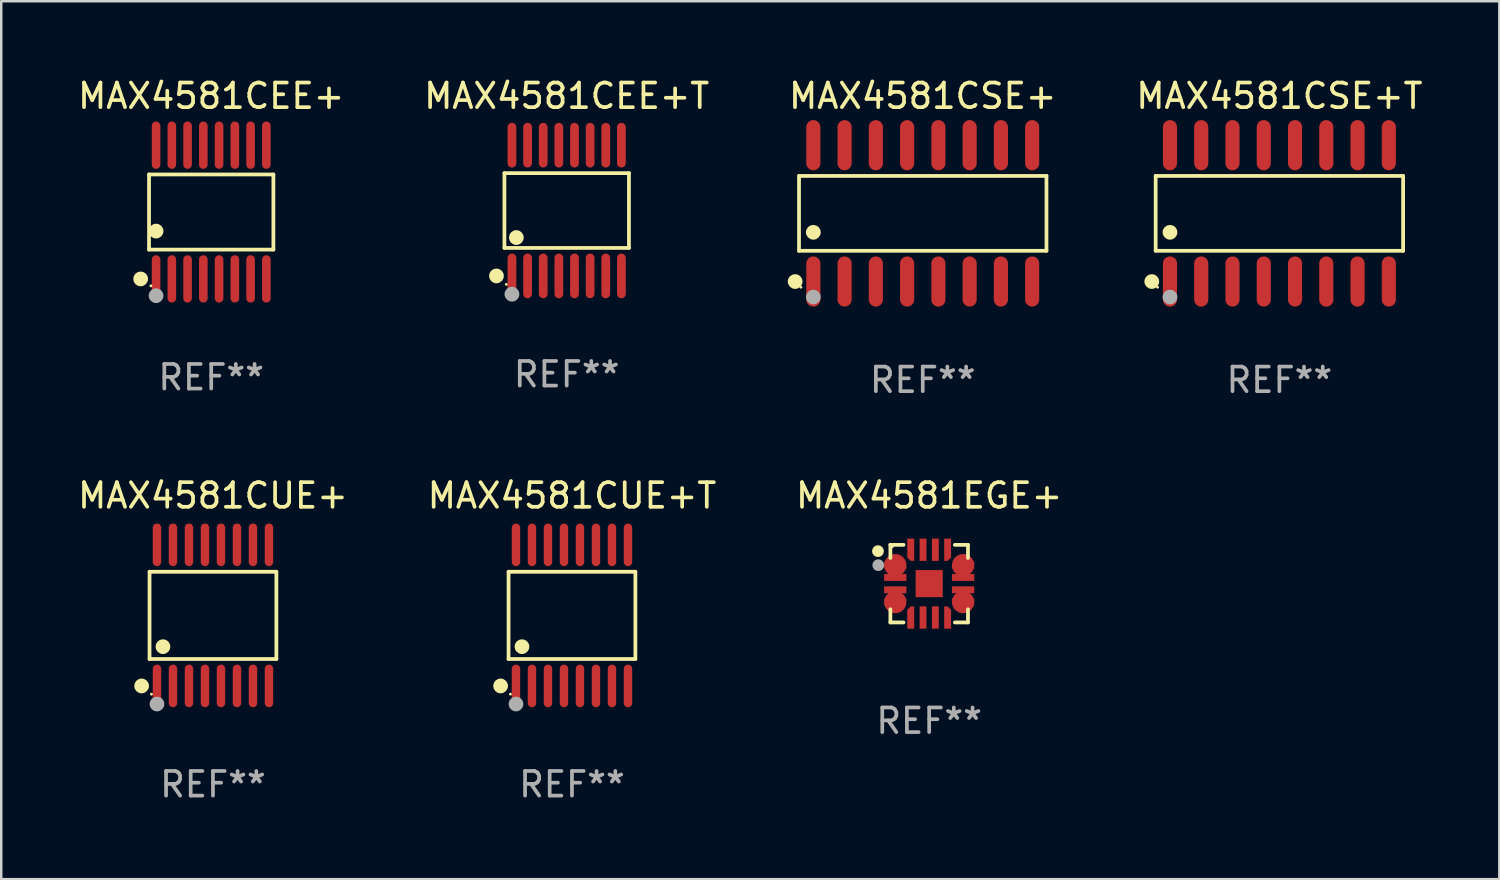
<source format=kicad_pcb>
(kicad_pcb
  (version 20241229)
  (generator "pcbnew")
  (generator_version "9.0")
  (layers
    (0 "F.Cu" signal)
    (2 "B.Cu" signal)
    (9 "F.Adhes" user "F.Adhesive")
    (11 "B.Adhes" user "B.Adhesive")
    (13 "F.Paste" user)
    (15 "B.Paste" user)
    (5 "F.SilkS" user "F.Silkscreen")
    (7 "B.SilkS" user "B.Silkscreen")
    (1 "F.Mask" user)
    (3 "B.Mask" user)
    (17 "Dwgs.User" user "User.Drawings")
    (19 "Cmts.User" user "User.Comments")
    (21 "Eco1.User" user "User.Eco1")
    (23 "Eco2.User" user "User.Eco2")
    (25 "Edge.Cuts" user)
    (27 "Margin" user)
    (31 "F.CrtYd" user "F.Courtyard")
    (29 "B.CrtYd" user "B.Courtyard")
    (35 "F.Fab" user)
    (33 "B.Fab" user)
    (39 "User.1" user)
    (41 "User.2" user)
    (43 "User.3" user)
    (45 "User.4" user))
  (footprint "MAX4581CSE+"
    (layer "F.Cu")
    (at 34.435 5.617)
    (property "Reference" "MAX4581CSE+" (at 0 -4.769 0) (layer "F.SilkS") (effects (font (size 1 1) (thickness 0.15))))
    (attr through_hole)
    (fp_line (start -5.026 -1.521) (end 5.026 -1.521) (stroke (width 0.152) (type solid)) (layer "F.SilkS"))
    (fp_line (start -5.026 1.521) (end -5.026 -1.521) (stroke (width 0.152) (type solid)) (layer "F.SilkS"))
    (fp_line (start 5.026 -1.521) (end 5.026 1.521) (stroke (width 0.152) (type solid)) (layer "F.SilkS"))
    (fp_line (start 5.026 1.521) (end -5.026 1.521) (stroke (width 0.152) (type solid)) (layer "F.SilkS"))
    (fp_circle (center -5.184 2.769) (end -5.034 2.769) (stroke (width 0.3) (type solid)) (fill no) (layer "F.SilkS"))
    (fp_circle (center -4.95 3) (end -4.92 3) (stroke (width 0.06) (type solid)) (fill no) (layer "F.SilkS"))
    (fp_circle (center -4.445 0.769) (end -4.295 0.769) (stroke (width 0.3) (type solid)) (fill no) (layer "F.SilkS"))
    (fp_circle (center -4.445 3.4) (end -4.295 3.4) (stroke (width 0.3) (type solid)) (fill no) (layer "F.Fab"))
    (fp_text user "REF**" (at 0 6.769 0) (layer "F.Fab") (effects (font (size 1 1) (thickness 0.15))))
    (pad "1" smd oval (at -4.445 2.769) (size 0.574 2.038) (layers "F.Cu" "F.Mask" "F.Paste"))
    (pad "2" smd oval (at -3.175 2.769) (size 0.574 2.038) (layers "F.Cu" "F.Mask" "F.Paste"))
    (pad "3" smd oval (at -1.905 2.769) (size 0.574 2.038) (layers "F.Cu" "F.Mask" "F.Paste"))
    (pad "4" smd oval (at -0.635 2.769) (size 0.574 2.038) (layers "F.Cu" "F.Mask" "F.Paste"))
    (pad "5" smd oval (at 0.635 2.769) (size 0.574 2.038) (layers "F.Cu" "F.Mask" "F.Paste"))
    (pad "6" smd oval (at 1.905 2.769) (size 0.574 2.038) (layers "F.Cu" "F.Mask" "F.Paste"))
    (pad "7" smd oval (at 3.175 2.769) (size 0.574 2.038) (layers "F.Cu" "F.Mask" "F.Paste"))
    (pad "8" smd oval (at 4.445 2.769) (size 0.574 2.038) (layers "F.Cu" "F.Mask" "F.Paste"))
    (pad "9" smd oval (at 4.445 -2.769) (size 0.574 2.038) (layers "F.Cu" "F.Mask" "F.Paste"))
    (pad "10" smd oval (at 3.175 -2.769) (size 0.574 2.038) (layers "F.Cu" "F.Mask" "F.Paste"))
    (pad "11" smd oval (at 1.905 -2.769) (size 0.574 2.038) (layers "F.Cu" "F.Mask" "F.Paste"))
    (pad "12" smd oval (at 0.635 -2.769) (size 0.574 2.038) (layers "F.Cu" "F.Mask" "F.Paste"))
    (pad "13" smd oval (at -0.635 -2.769) (size 0.574 2.038) (layers "F.Cu" "F.Mask" "F.Paste"))
    (pad "14" smd oval (at -1.905 -2.769) (size 0.574 2.038) (layers "F.Cu" "F.Mask" "F.Paste"))
    (pad "15" smd oval (at -3.175 -2.769) (size 0.574 2.038) (layers "F.Cu" "F.Mask" "F.Paste"))
    (pad "16" smd oval (at -4.445 -2.769) (size 0.574 2.038) (layers "F.Cu" "F.Mask" "F.Paste")))
  (footprint "MAX4581CEE+"
    (layer "F.Cu")
    (at 5.53 5.564)
    (property "Reference" "MAX4581CEE+" (at 0 -4.716 0) (layer "F.SilkS") (effects (font (size 1 1) (thickness 0.15))))
    (attr through_hole)
    (fp_line (start -2.526 -1.526) (end 2.526 -1.526) (stroke (width 0.152) (type solid)) (layer "F.SilkS"))
    (fp_line (start -2.526 1.526) (end -2.526 -1.526) (stroke (width 0.152) (type solid)) (layer "F.SilkS"))
    (fp_line (start 2.526 -1.526) (end 2.526 1.526) (stroke (width 0.152) (type solid)) (layer "F.SilkS"))
    (fp_line (start 2.526 1.526) (end -2.526 1.526) (stroke (width 0.152) (type solid)) (layer "F.SilkS"))
    (fp_circle (center -2.867 2.716) (end -2.717 2.716) (stroke (width 0.3) (type solid)) (fill no) (layer "F.SilkS"))
    (fp_circle (center -2.45 2.997) (end -2.42 2.997) (stroke (width 0.06) (type solid)) (fill no) (layer "F.SilkS"))
    (fp_circle (center -2.24 0.774) (end -2.09 0.774) (stroke (width 0.3) (type solid)) (fill no) (layer "F.SilkS"))
    (fp_circle (center -2.24 3.398) (end -2.09 3.398) (stroke (width 0.3) (type solid)) (fill no) (layer "F.Fab"))
    (fp_text user "REF**" (at 0 6.716 0) (layer "F.Fab") (effects (font (size 1 1) (thickness 0.15))))
    (pad "1" smd oval (at -2.24 2.716) (size 0.35 1.922) (layers "F.Cu" "F.Mask" "F.Paste"))
    (pad "2" smd oval (at -1.6 2.716) (size 0.35 1.922) (layers "F.Cu" "F.Mask" "F.Paste"))
    (pad "3" smd oval (at -0.96 2.716) (size 0.35 1.922) (layers "F.Cu" "F.Mask" "F.Paste"))
    (pad "4" smd oval (at -0.32 2.716) (size 0.35 1.922) (layers "F.Cu" "F.Mask" "F.Paste"))
    (pad "5" smd oval (at 0.32 2.716) (size 0.35 1.922) (layers "F.Cu" "F.Mask" "F.Paste"))
    (pad "6" smd oval (at 0.96 2.716) (size 0.35 1.922) (layers "F.Cu" "F.Mask" "F.Paste"))
    (pad "7" smd oval (at 1.6 2.716) (size 0.35 1.922) (layers "F.Cu" "F.Mask" "F.Paste"))
    (pad "8" smd oval (at 2.24 2.716) (size 0.35 1.922) (layers "F.Cu" "F.Mask" "F.Paste"))
    (pad "9" smd oval (at 2.24 -2.716) (size 0.35 1.922) (layers "F.Cu" "F.Mask" "F.Paste"))
    (pad "10" smd oval (at 1.6 -2.716) (size 0.35 1.922) (layers "F.Cu" "F.Mask" "F.Paste"))
    (pad "11" smd oval (at 0.96 -2.716) (size 0.35 1.922) (layers "F.Cu" "F.Mask" "F.Paste"))
    (pad "12" smd oval (at 0.32 -2.716) (size 0.35 1.922) (layers "F.Cu" "F.Mask" "F.Paste"))
    (pad "13" smd oval (at -0.32 -2.716) (size 0.35 1.922) (layers "F.Cu" "F.Mask" "F.Paste"))
    (pad "14" smd oval (at -0.96 -2.716) (size 0.35 1.922) (layers "F.Cu" "F.Mask" "F.Paste"))
    (pad "15" smd oval (at -1.6 -2.716) (size 0.35 1.922) (layers "F.Cu" "F.Mask" "F.Paste"))
    (pad "16" smd oval (at -2.24 -2.716) (size 0.35 1.922) (layers "F.Cu" "F.Mask" "F.Paste")))
  (footprint "MAX4581CUE+"
    (layer "F.Cu")
    (at 5.601 21.949)
    (property "Reference" "MAX4581CUE+" (at 0 -4.866 0) (layer "F.SilkS") (effects (font (size 1 1) (thickness 0.15))))
    (attr through_hole)
    (fp_line (start -2.576 -1.772) (end 2.576 -1.772) (stroke (width 0.152) (type solid)) (layer "F.SilkS"))
    (fp_line (start -2.576 1.771) (end -2.576 -1.772) (stroke (width 0.152) (type solid)) (layer "F.SilkS"))
    (fp_line (start 2.576 -1.772) (end 2.576 1.771) (stroke (width 0.152) (type solid)) (layer "F.SilkS"))
    (fp_line (start 2.576 1.771) (end -2.576 1.771) (stroke (width 0.152) (type solid)) (layer "F.SilkS"))
    (fp_circle (center -2.899 2.866) (end -2.749 2.866) (stroke (width 0.3) (type solid)) (fill no) (layer "F.SilkS"))
    (fp_circle (center -2.5 3.2) (end -2.47 3.2) (stroke (width 0.06) (type solid)) (fill no) (layer "F.SilkS"))
    (fp_circle (center -2.032 1.27) (end -1.882 1.27) (stroke (width 0.3) (type solid)) (fill no) (layer "F.SilkS"))
    (fp_circle (center -2.275 3.6) (end -2.125 3.6) (stroke (width 0.3) (type solid)) (fill no) (layer "F.Fab"))
    (fp_text user "REF**" (at 0 6.866 0) (layer "F.Fab") (effects (font (size 1 1) (thickness 0.15))))
    (pad "1" smd oval (at -2.275 2.866) (size 0.343 1.731) (layers "F.Cu" "F.Mask" "F.Paste"))
    (pad "2" smd oval (at -1.625 2.866) (size 0.343 1.731) (layers "F.Cu" "F.Mask" "F.Paste"))
    (pad "3" smd oval (at -0.975 2.866) (size 0.343 1.731) (layers "F.Cu" "F.Mask" "F.Paste"))
    (pad "4" smd oval (at -0.325 2.866) (size 0.343 1.731) (layers "F.Cu" "F.Mask" "F.Paste"))
    (pad "5" smd oval (at 0.325 2.866) (size 0.343 1.731) (layers "F.Cu" "F.Mask" "F.Paste"))
    (pad "6" smd oval (at 0.975 2.866) (size 0.343 1.731) (layers "F.Cu" "F.Mask" "F.Paste"))
    (pad "7" smd oval (at 1.625 2.866) (size 0.343 1.731) (layers "F.Cu" "F.Mask" "F.Paste"))
    (pad "8" smd oval (at 2.275 2.866) (size 0.343 1.731) (layers "F.Cu" "F.Mask" "F.Paste"))
    (pad "9" smd oval (at 2.275 -2.866) (size 0.343 1.731) (layers "F.Cu" "F.Mask" "F.Paste"))
    (pad "10" smd oval (at 1.625 -2.866) (size 0.343 1.731) (layers "F.Cu" "F.Mask" "F.Paste"))
    (pad "11" smd oval (at 0.975 -2.866) (size 0.343 1.731) (layers "F.Cu" "F.Mask" "F.Paste"))
    (pad "12" smd oval (at 0.325 -2.866) (size 0.343 1.731) (layers "F.Cu" "F.Mask" "F.Paste"))
    (pad "13" smd oval (at -0.325 -2.866) (size 0.343 1.731) (layers "F.Cu" "F.Mask" "F.Paste"))
    (pad "14" smd oval (at -0.975 -2.866) (size 0.343 1.731) (layers "F.Cu" "F.Mask" "F.Paste"))
    (pad "15" smd oval (at -1.625 -2.866) (size 0.343 1.731) (layers "F.Cu" "F.Mask" "F.Paste"))
    (pad "16" smd oval (at -2.275 -2.866) (size 0.343 1.731) (layers "F.Cu" "F.Mask" "F.Paste")))
  (footprint "MAX4581CSE+T"
    (layer "F.Cu")
    (at 48.923 5.617)
    (property "Reference" "MAX4581CSE+T" (at 0 -4.769 0) (layer "F.SilkS") (effects (font (size 1 1) (thickness 0.15))))
    (attr through_hole)
    (fp_line (start -5.026 -1.521) (end 5.026 -1.521) (stroke (width 0.152) (type solid)) (layer "F.SilkS"))
    (fp_line (start -5.026 1.521) (end -5.026 -1.521) (stroke (width 0.152) (type solid)) (layer "F.SilkS"))
    (fp_line (start 5.026 -1.521) (end 5.026 1.521) (stroke (width 0.152) (type solid)) (layer "F.SilkS"))
    (fp_line (start 5.026 1.521) (end -5.026 1.521) (stroke (width 0.152) (type solid)) (layer "F.SilkS"))
    (fp_circle (center -5.184 2.769) (end -5.034 2.769) (stroke (width 0.3) (type solid)) (fill no) (layer "F.SilkS"))
    (fp_circle (center -4.95 3) (end -4.92 3) (stroke (width 0.06) (type solid)) (fill no) (layer "F.SilkS"))
    (fp_circle (center -4.445 0.769) (end -4.295 0.769) (stroke (width 0.3) (type solid)) (fill no) (layer "F.SilkS"))
    (fp_circle (center -4.445 3.4) (end -4.295 3.4) (stroke (width 0.3) (type solid)) (fill no) (layer "F.Fab"))
    (fp_text user "REF**" (at 0 6.769 0) (layer "F.Fab") (effects (font (size 1 1) (thickness 0.15))))
    (pad "1" smd oval (at -4.445 2.769) (size 0.574 2.038) (layers "F.Cu" "F.Mask" "F.Paste"))
    (pad "2" smd oval (at -3.175 2.769) (size 0.574 2.038) (layers "F.Cu" "F.Mask" "F.Paste"))
    (pad "3" smd oval (at -1.905 2.769) (size 0.574 2.038) (layers "F.Cu" "F.Mask" "F.Paste"))
    (pad "4" smd oval (at -0.635 2.769) (size 0.574 2.038) (layers "F.Cu" "F.Mask" "F.Paste"))
    (pad "5" smd oval (at 0.635 2.769) (size 0.574 2.038) (layers "F.Cu" "F.Mask" "F.Paste"))
    (pad "6" smd oval (at 1.905 2.769) (size 0.574 2.038) (layers "F.Cu" "F.Mask" "F.Paste"))
    (pad "7" smd oval (at 3.175 2.769) (size 0.574 2.038) (layers "F.Cu" "F.Mask" "F.Paste"))
    (pad "8" smd oval (at 4.445 2.769) (size 0.574 2.038) (layers "F.Cu" "F.Mask" "F.Paste"))
    (pad "9" smd oval (at 4.445 -2.769) (size 0.574 2.038) (layers "F.Cu" "F.Mask" "F.Paste"))
    (pad "10" smd oval (at 3.175 -2.769) (size 0.574 2.038) (layers "F.Cu" "F.Mask" "F.Paste"))
    (pad "11" smd oval (at 1.905 -2.769) (size 0.574 2.038) (layers "F.Cu" "F.Mask" "F.Paste"))
    (pad "12" smd oval (at 0.635 -2.769) (size 0.574 2.038) (layers "F.Cu" "F.Mask" "F.Paste"))
    (pad "13" smd oval (at -0.635 -2.769) (size 0.574 2.038) (layers "F.Cu" "F.Mask" "F.Paste"))
    (pad "14" smd oval (at -1.905 -2.769) (size 0.574 2.038) (layers "F.Cu" "F.Mask" "F.Paste"))
    (pad "15" smd oval (at -3.175 -2.769) (size 0.574 2.038) (layers "F.Cu" "F.Mask" "F.Paste"))
    (pad "16" smd oval (at -4.445 -2.769) (size 0.574 2.038) (layers "F.Cu" "F.Mask" "F.Paste")))
  (footprint "MAX4581EGE+"
    (layer "F.Cu")
    (at 34.696 20.659)
    (property "Reference" "MAX4581EGE+" (at 0 -3.576 0) (layer "F.SilkS") (effects (font (size 1 1) (thickness 0.15))))
    (attr through_hole)
    (fp_line (start -1.576 -1.576) (end -1.042 -1.576) (stroke (width 0.152) (type solid)) (layer "F.SilkS"))
    (fp_line (start -1.576 -1.042) (end -1.576 -1.576) (stroke (width 0.152) (type solid)) (layer "F.SilkS"))
    (fp_line (start -1.576 1.042) (end -1.576 1.576) (stroke (width 0.152) (type solid)) (layer "F.SilkS"))
    (fp_line (start -1.576 1.576) (end -1.042 1.576) (stroke (width 0.152) (type solid)) (layer "F.SilkS"))
    (fp_line (start 1.576 -1.576) (end 1.042 -1.576) (stroke (width 0.152) (type solid)) (layer "F.SilkS"))
    (fp_line (start 1.576 -1.042) (end 1.576 -1.576) (stroke (width 0.152) (type solid)) (layer "F.SilkS"))
    (fp_line (start 1.576 1.042) (end 1.576 1.576) (stroke (width 0.152) (type solid)) (layer "F.SilkS"))
    (fp_line (start 1.576 1.576) (end 1.042 1.576) (stroke (width 0.152) (type solid)) (layer "F.SilkS"))
    (fp_circle (center -2.08 -1.32) (end -1.96 -1.32) (stroke (width 0.24) (type solid)) (fill no) (layer "F.SilkS"))
    (fp_circle (center -1.5 -1.5) (end -1.47 -1.5) (stroke (width 0.06) (type solid)) (fill no) (layer "F.SilkS"))
    (fp_circle (center -2.068 -0.75) (end -1.948 -0.75) (stroke (width 0.24) (type solid)) (fill no) (layer "F.Fab"))
    (fp_text user "REF**" (at 0 5.576 0) (layer "F.Fab") (effects (font (size 1 1) (thickness 0.15))))
    (pad "1" smd custom (at -1.377 -0.75) (size 0.905 0.28) (layers "F.Cu" "F.Mask" "F.Paste") (options (anchor circle)) (primitives (gr_poly (pts (xy -0.453 -0.14) (xy 0.313 -0.14) (xy 0.453 0) (xy 0.453 0.14) (xy -0.453 0.14)) (width 0) (fill yes))))
    (pad "2" smd rect (at -1.377 -0.25) (size 0.905 0.28) (layers "F.Cu" "F.Mask" "F.Paste"))
    (pad "3" smd rect (at -1.377 0.25) (size 0.905 0.28) (layers "F.Cu" "F.Mask" "F.Paste"))
    (pad "4" smd custom (at -1.377 0.75) (size 0.906 0.28) (layers "F.Cu" "F.Mask" "F.Paste") (options (anchor circle)) (primitives (gr_poly (pts (xy -0.453 0.14) (xy 0.313 0.14) (xy 0.453 0) (xy 0.453 -0.14) (xy -0.453 -0.14)) (width 0) (fill yes))))
    (pad "5" smd custom (at -0.75 1.377) (size 0.28 0.905) (layers "F.Cu" "F.Mask" "F.Paste") (options (anchor circle)) (primitives (gr_poly (pts (xy -0.14 -0.313) (xy 0 -0.453) (xy 0.14 -0.453) (xy 0.14 0.453) (xy -0.14 0.453)) (width 0) (fill yes))))
    (pad "6" smd rect (at -0.25 1.377) (size 0.28 0.905) (layers "F.Cu" "F.Mask" "F.Paste"))
    (pad "7" smd rect (at 0.25 1.377) (size 0.28 0.905) (layers "F.Cu" "F.Mask" "F.Paste"))
    (pad "8" smd custom (at 0.75 1.377) (size 0.28 0.906) (layers "F.Cu" "F.Mask" "F.Paste") (options (anchor circle)) (primitives (gr_poly (pts (xy 0.14 -0.313) (xy 0 -0.453) (xy -0.14 -0.453) (xy -0.14 0.453) (xy 0.14 0.453)) (width 0) (fill yes))))
    (pad "9" smd custom (at 1.377 0.75) (size 0.906 0.28) (layers "F.Cu" "F.Mask" "F.Paste") (options (anchor circle)) (primitives (gr_poly (pts (xy 0.453 0.14) (xy -0.313 0.14) (xy -0.453 0) (xy -0.453 -0.14) (xy 0.453 -0.14)) (width 0) (fill yes))))
    (pad "10" smd rect (at 1.377 0.25) (size 0.905 0.28) (layers "F.Cu" "F.Mask" "F.Paste"))
    (pad "11" smd rect (at 1.377 -0.25) (size 0.905 0.28) (layers "F.Cu" "F.Mask" "F.Paste"))
    (pad "12" smd custom (at 1.377 -0.75) (size 0.906 0.28) (layers "F.Cu" "F.Mask" "F.Paste") (options (anchor circle)) (primitives (gr_poly (pts (xy 0.453 -0.14) (xy -0.313 -0.14) (xy -0.453 0) (xy -0.453 0.14) (xy 0.453 0.14)) (width 0) (fill yes))))
    (pad "13" smd custom (at 0.75 -1.377) (size 0.28 0.906) (layers "F.Cu" "F.Mask" "F.Paste") (options (anchor circle)) (primitives (gr_poly (pts (xy 0.14 0.313) (xy 0 0.453) (xy -0.14 0.453) (xy -0.14 -0.453) (xy 0.14 -0.453)) (width 0) (fill yes))))
    (pad "14" smd rect (at 0.25 -1.377) (size 0.28 0.905) (layers "F.Cu" "F.Mask" "F.Paste"))
    (pad "15" smd rect (at -0.25 -1.377) (size 0.28 0.905) (layers "F.Cu" "F.Mask" "F.Paste"))
    (pad "16" smd custom (at -0.75 -1.377) (size 0.28 0.906) (layers "F.Cu" "F.Mask" "F.Paste") (options (anchor circle)) (primitives (gr_poly (pts (xy -0.14 0.313) (xy 0 0.453) (xy 0.14 0.453) (xy 0.14 -0.453) (xy -0.14 -0.453)) (width 0) (fill yes))))
    (pad "17" smd rect (at 0 0) (size 1.1 1.1) (layers "F.Cu" "F.Mask" "F.Paste")))
  (footprint "MAX4581CUE+T"
    (layer "F.Cu")
    (at 20.185 21.949)
    (property "Reference" "MAX4581CUE+T" (at 0 -4.866 0) (layer "F.SilkS") (effects (font (size 1 1) (thickness 0.15))))
    (attr through_hole)
    (fp_line (start -2.576 -1.772) (end 2.576 -1.772) (stroke (width 0.152) (type solid)) (layer "F.SilkS"))
    (fp_line (start -2.576 1.771) (end -2.576 -1.772) (stroke (width 0.152) (type solid)) (layer "F.SilkS"))
    (fp_line (start 2.576 -1.772) (end 2.576 1.771) (stroke (width 0.152) (type solid)) (layer "F.SilkS"))
    (fp_line (start 2.576 1.771) (end -2.576 1.771) (stroke (width 0.152) (type solid)) (layer "F.SilkS"))
    (fp_circle (center -2.899 2.866) (end -2.749 2.866) (stroke (width 0.3) (type solid)) (fill no) (layer "F.SilkS"))
    (fp_circle (center -2.5 3.2) (end -2.47 3.2) (stroke (width 0.06) (type solid)) (fill no) (layer "F.SilkS"))
    (fp_circle (center -2.032 1.27) (end -1.882 1.27) (stroke (width 0.3) (type solid)) (fill no) (layer "F.SilkS"))
    (fp_circle (center -2.275 3.6) (end -2.125 3.6) (stroke (width 0.3) (type solid)) (fill no) (layer "F.Fab"))
    (fp_text user "REF**" (at 0 6.866 0) (layer "F.Fab") (effects (font (size 1 1) (thickness 0.15))))
    (pad "1" smd oval (at -2.275 2.866) (size 0.343 1.731) (layers "F.Cu" "F.Mask" "F.Paste"))
    (pad "2" smd oval (at -1.625 2.866) (size 0.343 1.731) (layers "F.Cu" "F.Mask" "F.Paste"))
    (pad "3" smd oval (at -0.975 2.866) (size 0.343 1.731) (layers "F.Cu" "F.Mask" "F.Paste"))
    (pad "4" smd oval (at -0.325 2.866) (size 0.343 1.731) (layers "F.Cu" "F.Mask" "F.Paste"))
    (pad "5" smd oval (at 0.325 2.866) (size 0.343 1.731) (layers "F.Cu" "F.Mask" "F.Paste"))
    (pad "6" smd oval (at 0.975 2.866) (size 0.343 1.731) (layers "F.Cu" "F.Mask" "F.Paste"))
    (pad "7" smd oval (at 1.625 2.866) (size 0.343 1.731) (layers "F.Cu" "F.Mask" "F.Paste"))
    (pad "8" smd oval (at 2.275 2.866) (size 0.343 1.731) (layers "F.Cu" "F.Mask" "F.Paste"))
    (pad "9" smd oval (at 2.275 -2.866) (size 0.343 1.731) (layers "F.Cu" "F.Mask" "F.Paste"))
    (pad "10" smd oval (at 1.625 -2.866) (size 0.343 1.731) (layers "F.Cu" "F.Mask" "F.Paste"))
    (pad "11" smd oval (at 0.975 -2.866) (size 0.343 1.731) (layers "F.Cu" "F.Mask" "F.Paste"))
    (pad "12" smd oval (at 0.325 -2.866) (size 0.343 1.731) (layers "F.Cu" "F.Mask" "F.Paste"))
    (pad "13" smd oval (at -0.325 -2.866) (size 0.343 1.731) (layers "F.Cu" "F.Mask" "F.Paste"))
    (pad "14" smd oval (at -0.975 -2.866) (size 0.343 1.731) (layers "F.Cu" "F.Mask" "F.Paste"))
    (pad "15" smd oval (at -1.625 -2.866) (size 0.343 1.731) (layers "F.Cu" "F.Mask" "F.Paste"))
    (pad "16" smd oval (at -2.275 -2.866) (size 0.343 1.731) (layers "F.Cu" "F.Mask" "F.Paste")))
  (footprint "MAX4581CEE+T"
    (layer "F.Cu")
    (at 19.97 5.503)
    (property "Reference" "MAX4581CEE+T" (at 0 -4.655 0) (layer "F.SilkS") (effects (font (size 1 1) (thickness 0.15))))
    (attr through_hole)
    (fp_line (start -2.529 -1.519) (end 2.529 -1.519) (stroke (width 0.152) (type solid)) (layer "F.SilkS"))
    (fp_line (start -2.529 1.519) (end -2.529 -1.519) (stroke (width 0.152) (type solid)) (layer "F.SilkS"))
    (fp_line (start 2.529 -1.519) (end 2.529 1.519) (stroke (width 0.152) (type solid)) (layer "F.SilkS"))
    (fp_line (start 2.529 1.519) (end -2.529 1.519) (stroke (width 0.152) (type solid)) (layer "F.SilkS"))
    (fp_circle (center -2.853 2.655) (end -2.703 2.655) (stroke (width 0.3) (type solid)) (fill no) (layer "F.SilkS"))
    (fp_circle (center -2.453 2.998) (end -2.423 2.998) (stroke (width 0.06) (type solid)) (fill no) (layer "F.SilkS"))
    (fp_circle (center -2.045 1.097) (end -1.895 1.097) (stroke (width 0.3) (type solid)) (fill no) (layer "F.SilkS"))
    (fp_circle (center -2.223 3.398) (end -2.072 3.398) (stroke (width 0.3) (type solid)) (fill no) (layer "F.Fab"))
    (fp_text user "REF**" (at 0 6.655 0) (layer "F.Fab") (effects (font (size 1 1) (thickness 0.15))))
    (pad "1" smd oval (at -2.223 2.655) (size 0.356 1.815) (layers "F.Cu" "F.Mask" "F.Paste"))
    (pad "2" smd oval (at -1.588 2.655) (size 0.356 1.815) (layers "F.Cu" "F.Mask" "F.Paste"))
    (pad "3" smd oval (at -0.953 2.655) (size 0.356 1.815) (layers "F.Cu" "F.Mask" "F.Paste"))
    (pad "4" smd oval (at -0.318 2.655) (size 0.356 1.815) (layers "F.Cu" "F.Mask" "F.Paste"))
    (pad "5" smd oval (at 0.318 2.655) (size 0.356 1.815) (layers "F.Cu" "F.Mask" "F.Paste"))
    (pad "6" smd oval (at 0.953 2.655) (size 0.356 1.815) (layers "F.Cu" "F.Mask" "F.Paste"))
    (pad "7" smd oval (at 1.588 2.655) (size 0.356 1.815) (layers "F.Cu" "F.Mask" "F.Paste"))
    (pad "8" smd oval (at 2.223 2.655) (size 0.356 1.815) (layers "F.Cu" "F.Mask" "F.Paste"))
    (pad "9" smd oval (at 2.223 -2.655) (size 0.356 1.815) (layers "F.Cu" "F.Mask" "F.Paste"))
    (pad "10" smd oval (at 1.588 -2.655) (size 0.356 1.815) (layers "F.Cu" "F.Mask" "F.Paste"))
    (pad "11" smd oval (at 0.953 -2.655) (size 0.356 1.815) (layers "F.Cu" "F.Mask" "F.Paste"))
    (pad "12" smd oval (at 0.318 -2.655) (size 0.356 1.815) (layers "F.Cu" "F.Mask" "F.Paste"))
    (pad "13" smd oval (at -0.318 -2.655) (size 0.356 1.815) (layers "F.Cu" "F.Mask" "F.Paste"))
    (pad "14" smd oval (at -0.953 -2.655) (size 0.356 1.815) (layers "F.Cu" "F.Mask" "F.Paste"))
    (pad "15" smd oval (at -1.588 -2.655) (size 0.356 1.815) (layers "F.Cu" "F.Mask" "F.Paste"))
    (pad "16" smd oval (at -2.223 -2.655) (size 0.356 1.815) (layers "F.Cu" "F.Mask" "F.Paste")))
  (gr_rect
    (start -3 -3)
    (end 57.857 32.663)
    (stroke (width 0.1) (type default))
    (fill no)
    (layer "Edge.Cuts")))
</source>
